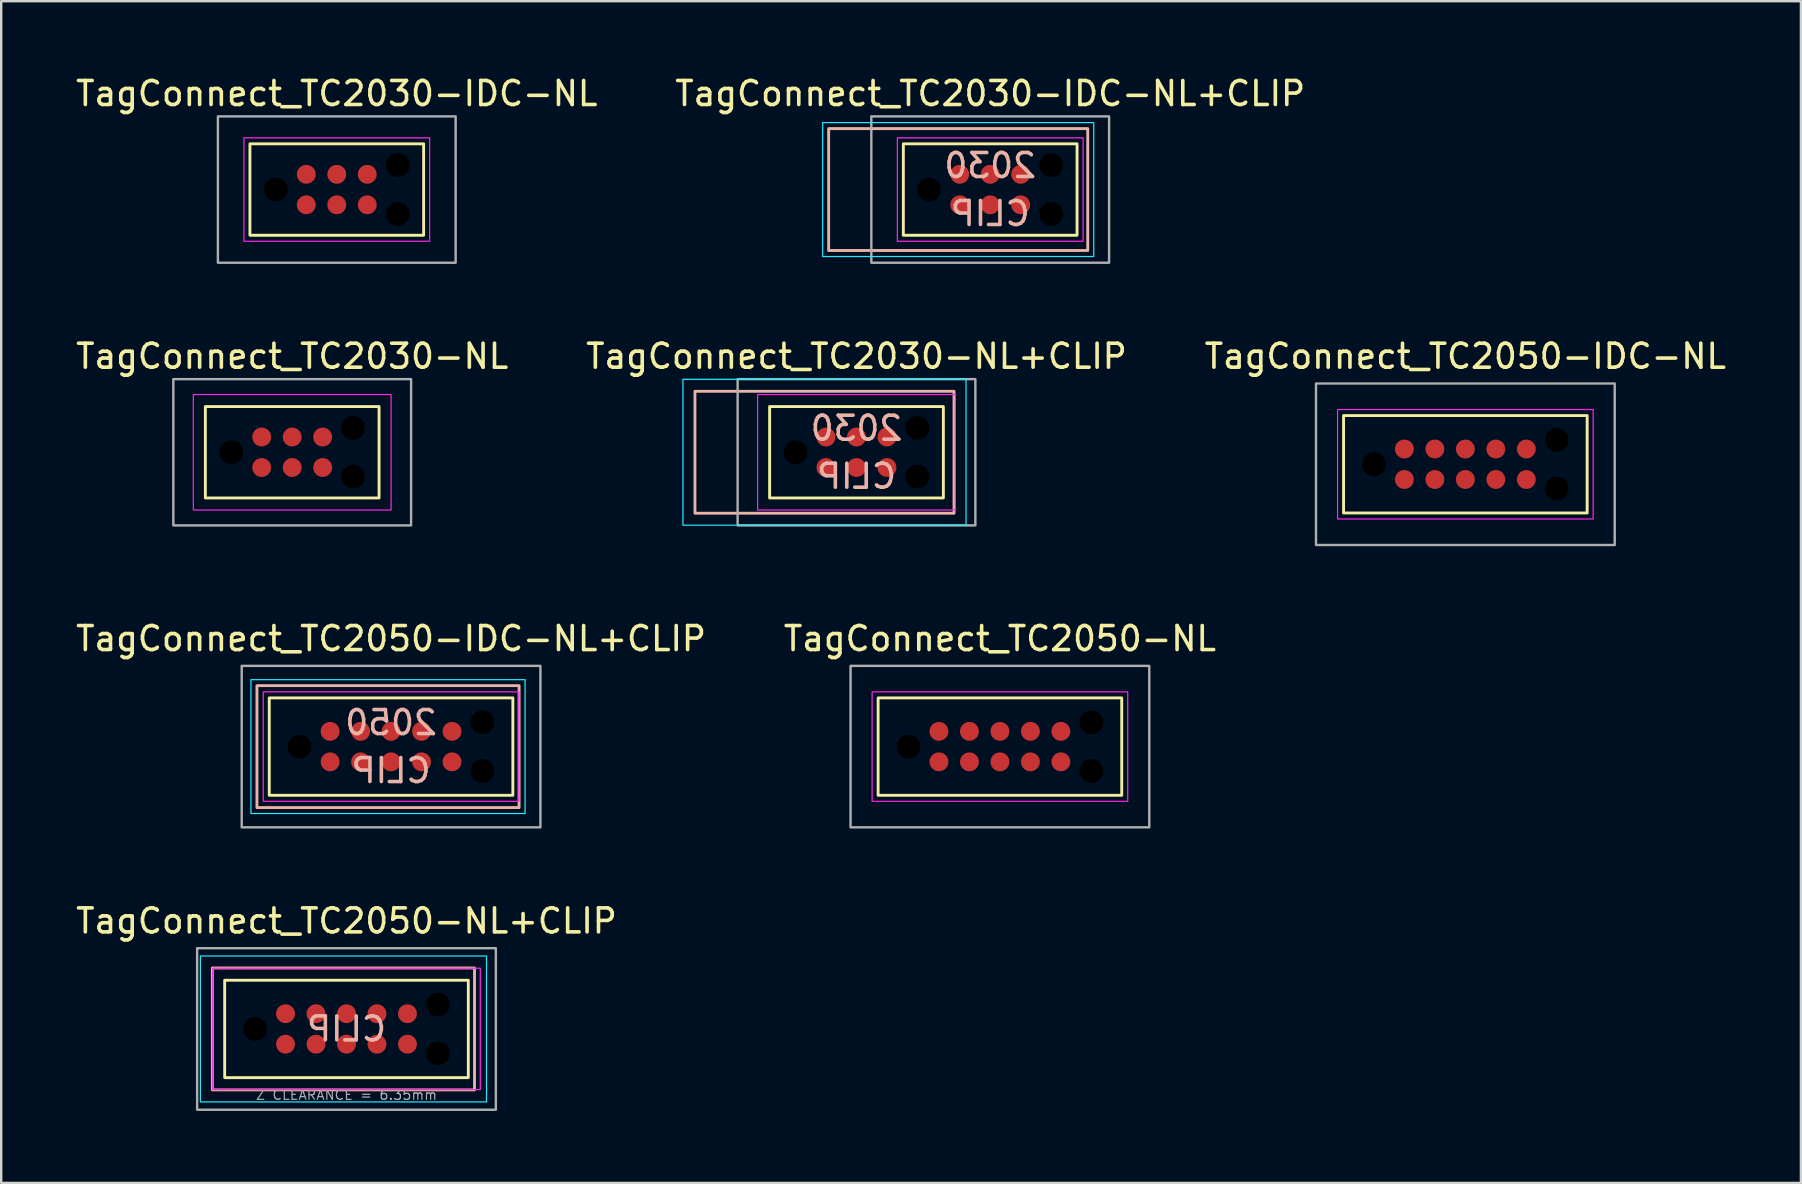
<source format=kicad_pcb>
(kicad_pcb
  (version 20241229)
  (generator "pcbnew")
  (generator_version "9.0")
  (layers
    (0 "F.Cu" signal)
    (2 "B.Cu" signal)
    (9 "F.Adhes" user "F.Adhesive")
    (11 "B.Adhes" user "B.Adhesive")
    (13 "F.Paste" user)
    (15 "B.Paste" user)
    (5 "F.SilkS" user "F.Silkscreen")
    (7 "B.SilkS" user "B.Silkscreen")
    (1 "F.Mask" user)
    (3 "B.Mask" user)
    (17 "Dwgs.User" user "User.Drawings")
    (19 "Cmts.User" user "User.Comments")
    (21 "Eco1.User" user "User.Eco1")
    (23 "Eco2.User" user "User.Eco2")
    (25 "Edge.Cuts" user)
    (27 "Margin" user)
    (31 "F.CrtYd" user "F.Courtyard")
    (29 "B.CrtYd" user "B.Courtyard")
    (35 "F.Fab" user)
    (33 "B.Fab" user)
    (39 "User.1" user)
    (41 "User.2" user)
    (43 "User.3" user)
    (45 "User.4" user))
  (footprint "TagConnect_TC2030-NL+CLIP"
    (layer "F.Cu")
    (at 32.637 15.794)
    (property "Reference" "TagConnect_TC2030-NL+CLIP" (at 0 -4 0) (unlocked yes) (layer "F.SilkS") (effects (font (size 1 1) (thickness 0.15))))
    (attr exclude_from_pos_files exclude_from_bom)
    (fp_rect (start -3.619 -1.905) (end 3.619 1.905) (stroke (width 0.12) (type solid)) (fill no) (layer "F.SilkS"))
    (fp_rect (start -6.731 -2.54) (end 4.064 2.54) (stroke (width 0.12) (type solid)) (fill no) (layer "B.SilkS"))
    (fp_rect (start -7.231 -3.04) (end 4.564 3.04) (stroke (width 0.05) (type solid)) (fill no) (layer "B.CrtYd"))
    (fp_rect (start -4.12 -2.405) (end 4.12 2.405) (stroke (width 0.05) (type solid)) (fill no) (layer "F.CrtYd"))
    (fp_rect (start -4.953 -3.048) (end 4.953 3.048) (stroke (width 0.1) (type solid)) (fill no) (layer "F.Fab"))
    (fp_text user "2030" (at 0 -1 0) (unlocked yes) (layer "B.SilkS") (effects (font (size 1 1) (thickness 0.15)) (justify mirror)))
    (fp_text user "CLIP" (at 0 1 0) (unlocked yes) (layer "B.SilkS") (effects (font (size 1 1) (thickness 0.15)) (justify mirror)))
    (fp_text user "Z CLEARANCE = 6mm" (at 0 2.54 0) (unlocked yes) (layer "Edge.Cuts") (effects (font (size 0.4 0.4) (thickness 0.05))))
    (pad "" np_thru_hole circle (at -2.54 0) (size 0.991 0.991) (drill 0.991) (layers "*.Mask"))
    (pad "" np_thru_hole circle (at 2.54 -1.015) (size 0.991 0.991) (drill 0.991) (layers "*.Mask"))
    (pad "" np_thru_hole circle (at 2.54 1.015) (size 0.991 0.991) (drill 0.991) (layers "*.Mask"))
    (pad "1" connect circle (at -1.27 0.635) (size 0.787 0.787) (layers "F.Cu" "F.Mask"))
    (pad "2" connect circle (at 0 0.635) (size 0.787 0.787) (layers "F.Cu" "F.Mask"))
    (pad "3" connect circle (at 1.27 0.635) (size 0.787 0.787) (layers "F.Cu" "F.Mask"))
    (pad "4" connect circle (at 1.27 -0.635) (size 0.787 0.787) (layers "F.Cu" "F.Mask"))
    (pad "5" connect circle (at 0 -0.635) (size 0.787 0.787) (layers "F.Cu" "F.Mask"))
    (pad "6" connect circle (at -1.27 -0.635) (size 0.787 0.787) (layers "F.Cu" "F.Mask"))
    (zone (net_name "") (layer "F.Cu") (hatch edge 0.508) (connect_pads) (min_thickness 0.254) (filled_areas_thickness no) (keepout (tracks allowed) (vias not_allowed) (pads not_allowed) (copperpour allowed) (footprints allowed)) (placement (enabled no)) (fill) (polygon (pts (xy 33.907 16.43) (xy 31.367 16.43) (xy 31.367 15.159) (xy 33.907 15.159)))))
  (footprint "TagConnect_TC2050-NL+CLIP"
    (layer "F.Cu")
    (at 11.387 39.822)
    (property "Reference" "TagConnect_TC2050-NL+CLIP" (at 0 -4.5 0) (unlocked yes) (layer "F.SilkS") (effects (font (size 1 1) (thickness 0.15))))
    (attr exclude_from_pos_files exclude_from_bom)
    (fp_rect (start -5.075 -2.03) (end 5.075 2.03) (stroke (width 0.12) (type solid)) (fill no) (layer "F.SilkS"))
    (fp_rect (start -5.588 -2.54) (end 5.334 2.54) (stroke (width 0.12) (type solid)) (fill no) (layer "B.SilkS"))
    (fp_rect (start -6.088 -3.04) (end 5.834 3.04) (stroke (width 0.05) (type solid)) (fill no) (layer "B.CrtYd"))
    (fp_rect (start -5.575 -2.53) (end 5.575 2.53) (stroke (width 0.05) (type solid)) (fill no) (layer "F.CrtYd"))
    (fp_rect (start -6.223 -3.365) (end 6.223 3.365) (stroke (width 0.1) (type solid)) (fill no) (layer "F.Fab"))
    (fp_text user "CLIP" (at 0 0 0) (unlocked yes) (layer "B.SilkS") (effects (font (size 1 1) (thickness 0.15)) (justify mirror)))
    (fp_text user "Z CLEARANCE = 6.35mm" (at 0 2.75 0) (unlocked yes) (layer "F.Fab") (effects (font (size 0.4 0.4) (thickness 0.05))))
    (pad "" np_thru_hole circle (at -3.81 0) (size 0.991 0.991) (drill 0.991) (layers "*.Mask"))
    (pad "" np_thru_hole circle (at 3.81 -1.015) (size 0.991 0.991) (drill 0.991) (layers "*.Mask"))
    (pad "" np_thru_hole circle (at 3.81 1.015) (size 0.991 0.991) (drill 0.991) (layers "*.Mask"))
    (pad "1" connect circle (at -2.54 0.635) (size 0.787 0.787) (layers "F.Cu" "F.Mask"))
    (pad "2" connect circle (at -1.27 0.635) (size 0.787 0.787) (layers "F.Cu" "F.Mask"))
    (pad "3" connect circle (at 0 0.635) (size 0.787 0.787) (layers "F.Cu" "F.Mask"))
    (pad "4" connect circle (at 1.27 0.635) (size 0.787 0.787) (layers "F.Cu" "F.Mask"))
    (pad "5" connect circle (at 2.54 0.635) (size 0.787 0.787) (layers "F.Cu" "F.Mask"))
    (pad "6" connect circle (at 2.54 -0.635) (size 0.787 0.787) (layers "F.Cu" "F.Mask"))
    (pad "7" connect circle (at 1.27 -0.635) (size 0.787 0.787) (layers "F.Cu" "F.Mask"))
    (pad "8" connect circle (at 0 -0.635) (size 0.787 0.787) (layers "F.Cu" "F.Mask"))
    (pad "9" connect circle (at -1.27 -0.635) (size 0.787 0.787) (layers "F.Cu" "F.Mask"))
    (pad "10" connect circle (at -2.54 -0.635) (size 0.787 0.787) (layers "F.Cu" "F.Mask"))
    (zone (net_name "") (layer "F.Cu") (hatch edge 0.508) (connect_pads) (min_thickness 0.254) (filled_areas_thickness no) (keepout (tracks allowed) (vias not_allowed) (pads not_allowed) (copperpour allowed) (footprints allowed)) (placement (enabled no)) (fill) (polygon (pts (xy 13.927 40.457) (xy 8.847 40.457) (xy 8.847 39.187) (xy 13.927 39.187)))))
  (footprint "TagConnect_TC2050-NL"
    (layer "F.Cu")
    (at 38.613 28.058)
    (property "Reference" "TagConnect_TC2050-NL" (at 0 -4.5 0) (unlocked yes) (layer "F.SilkS") (effects (font (size 1 1) (thickness 0.15))))
    (attr exclude_from_pos_files exclude_from_bom)
    (fp_rect (start -5.075 -2.03) (end 5.075 2.03) (stroke (width 0.12) (type solid)) (fill no) (layer "F.SilkS"))
    (fp_rect (start -5.325 -2.28) (end 5.325 2.28) (stroke (width 0.05) (type solid)) (fill no) (layer "F.CrtYd"))
    (fp_rect (start -6.223 -3.365) (end 6.223 3.365) (stroke (width 0.1) (type solid)) (fill no) (layer "F.Fab"))
    (fp_text user "Z CLEARANCE = 6.35mm" (at 0 2.75 0) (unlocked yes) (layer "Edge.Cuts") (effects (font (size 0.4 0.4) (thickness 0.05))))
    (pad "" np_thru_hole circle (at -3.81 0) (size 0.991 0.991) (drill 0.991) (layers "*.Mask"))
    (pad "" np_thru_hole circle (at 3.81 -1.015) (size 0.991 0.991) (drill 0.991) (layers "*.Mask"))
    (pad "" np_thru_hole circle (at 3.81 1.015) (size 0.991 0.991) (drill 0.991) (layers "*.Mask"))
    (pad "1" connect circle (at -2.54 0.635) (size 0.787 0.787) (layers "F.Cu" "F.Mask"))
    (pad "2" connect circle (at -1.27 0.635) (size 0.787 0.787) (layers "F.Cu" "F.Mask"))
    (pad "3" connect circle (at 0 0.635) (size 0.787 0.787) (layers "F.Cu" "F.Mask"))
    (pad "4" connect circle (at 1.27 0.635) (size 0.787 0.787) (layers "F.Cu" "F.Mask"))
    (pad "5" connect circle (at 2.54 0.635) (size 0.787 0.787) (layers "F.Cu" "F.Mask"))
    (pad "6" connect circle (at 2.54 -0.635) (size 0.787 0.787) (layers "F.Cu" "F.Mask"))
    (pad "7" connect circle (at 1.27 -0.635) (size 0.787 0.787) (layers "F.Cu" "F.Mask"))
    (pad "8" connect circle (at 0 -0.635) (size 0.787 0.787) (layers "F.Cu" "F.Mask"))
    (pad "9" connect circle (at -1.27 -0.635) (size 0.787 0.787) (layers "F.Cu" "F.Mask"))
    (pad "10" connect circle (at -2.54 -0.635) (size 0.787 0.787) (layers "F.Cu" "F.Mask"))
    (zone (net_name "") (layer "F.Cu") (hatch edge 0.508) (connect_pads) (min_thickness 0.254) (filled_areas_thickness no) (keepout (tracks not_allowed) (vias not_allowed) (pads not_allowed) (copperpour allowed) (footprints allowed)) (placement (enabled no)) (fill) (polygon (pts (xy 41.153 28.693) (xy 36.073 28.693) (xy 36.073 27.423) (xy 41.153 27.423)))))
  (footprint "TagConnect_TC2050-IDC-NL"
    (layer "F.Cu")
    (at 58.006 16.294)
    (property "Reference" "TagConnect_TC2050-IDC-NL" (at 0 -4.5 0) (unlocked yes) (layer "F.SilkS") (effects (font (size 1 1) (thickness 0.15))))
    (attr exclude_from_pos_files exclude_from_bom)
    (fp_rect (start -5.075 -2.03) (end 5.075 2.03) (stroke (width 0.12) (type solid)) (fill no) (layer "F.SilkS"))
    (fp_rect (start -5.325 -2.28) (end 5.325 2.28) (stroke (width 0.05) (type solid)) (fill no) (layer "F.CrtYd"))
    (fp_rect (start -6.223 -3.365) (end 6.223 3.365) (stroke (width 0.1) (type solid)) (fill no) (layer "F.Fab"))
    (fp_text user "Z CLEARANCE = 6.35mm" (at 0 2.75 0) (unlocked yes) (layer "Edge.Cuts") (effects (font (size 0.4 0.4) (thickness 0.05))))
    (pad "" np_thru_hole circle (at -3.81 0) (size 0.991 0.991) (drill 0.991) (layers "*.Mask"))
    (pad "" np_thru_hole circle (at 3.81 -1.015) (size 0.991 0.991) (drill 0.991) (layers "*.Mask"))
    (pad "" np_thru_hole circle (at 3.81 1.015) (size 0.991 0.991) (drill 0.991) (layers "*.Mask"))
    (pad "1" connect circle (at -2.54 0.635) (size 0.787 0.787) (layers "F.Cu" "F.Mask"))
    (pad "2" connect circle (at -1.27 0.635) (size 0.787 0.787) (layers "F.Cu" "F.Mask"))
    (pad "3" connect circle (at 0 0.635) (size 0.787 0.787) (layers "F.Cu" "F.Mask"))
    (pad "4" connect circle (at 1.27 0.635) (size 0.787 0.787) (layers "F.Cu" "F.Mask"))
    (pad "5" connect circle (at 2.54 0.635) (size 0.787 0.787) (layers "F.Cu" "F.Mask"))
    (pad "6" connect circle (at 2.54 -0.635) (size 0.787 0.787) (layers "F.Cu" "F.Mask"))
    (pad "7" connect circle (at 1.27 -0.635) (size 0.787 0.787) (layers "F.Cu" "F.Mask"))
    (pad "8" connect circle (at 0 -0.635) (size 0.787 0.787) (layers "F.Cu" "F.Mask"))
    (pad "9" connect circle (at -1.27 -0.635) (size 0.787 0.787) (layers "F.Cu" "F.Mask"))
    (pad "10" connect circle (at -2.54 -0.635) (size 0.787 0.787) (layers "F.Cu" "F.Mask"))
    (zone (net_name "") (layer "F.Cu") (hatch edge 0.508) (connect_pads) (min_thickness 0.254) (filled_areas_thickness no) (keepout (tracks not_allowed) (vias not_allowed) (pads not_allowed) (copperpour allowed) (footprints allowed)) (placement (enabled no)) (fill) (polygon (pts (xy 60.546 16.93) (xy 55.466 16.93) (xy 55.466 15.659) (xy 60.546 15.659)))))
  (footprint "TagConnect_TC2030-NL"
    (layer "F.Cu")
    (at 9.125 15.794)
    (property "Reference" "TagConnect_TC2030-NL" (at 0 -4 0) (unlocked yes) (layer "F.SilkS") (effects (font (size 1 1) (thickness 0.15))))
    (attr exclude_from_pos_files exclude_from_bom)
    (fp_rect (start -3.619 -1.905) (end 3.619 1.905) (stroke (width 0.12) (type solid)) (fill no) (layer "F.SilkS"))
    (fp_rect (start -4.12 -2.405) (end 4.12 2.405) (stroke (width 0.05) (type solid)) (fill no) (layer "F.CrtYd"))
    (fp_rect (start -4.953 -3.048) (end 4.953 3.048) (stroke (width 0.1) (type solid)) (fill no) (layer "F.Fab"))
    (fp_text user "Z CLEARANCE = 6mm" (at 0 2.54 0) (unlocked yes) (layer "Edge.Cuts") (effects (font (size 0.4 0.4) (thickness 0.05))))
    (pad "" np_thru_hole circle (at -2.54 0) (size 0.991 0.991) (drill 0.991) (layers "*.Mask"))
    (pad "" np_thru_hole circle (at 2.54 -1.015) (size 0.991 0.991) (drill 0.991) (layers "*.Mask"))
    (pad "" np_thru_hole circle (at 2.54 1.015) (size 0.991 0.991) (drill 0.991) (layers "*.Mask"))
    (pad "1" connect circle (at -1.27 0.635) (size 0.787 0.787) (layers "F.Cu" "F.Mask"))
    (pad "2" connect circle (at 0 0.635) (size 0.787 0.787) (layers "F.Cu" "F.Mask"))
    (pad "3" connect circle (at 1.27 0.635) (size 0.787 0.787) (layers "F.Cu" "F.Mask"))
    (pad "4" connect circle (at 1.27 -0.635) (size 0.787 0.787) (layers "F.Cu" "F.Mask"))
    (pad "5" connect circle (at 0 -0.635) (size 0.787 0.787) (layers "F.Cu" "F.Mask"))
    (pad "6" connect circle (at -1.27 -0.635) (size 0.787 0.787) (layers "F.Cu" "F.Mask"))
    (zone (net_name "") (layer "F.Cu") (hatch edge 0.508) (connect_pads) (min_thickness 0.254) (filled_areas_thickness no) (keepout (tracks allowed) (vias not_allowed) (pads not_allowed) (copperpour allowed) (footprints not_allowed)) (placement (enabled no)) (fill) (polygon (pts (xy 10.395 16.43) (xy 7.855 16.43) (xy 7.855 15.159) (xy 10.395 15.159)))))
  (footprint "TagConnect_TC2050-IDC-NL+CLIP"
    (layer "F.Cu")
    (at 13.244 28.058)
    (property "Reference" "TagConnect_TC2050-IDC-NL+CLIP" (at 0 -4.5 0) (unlocked yes) (layer "F.SilkS") (effects (font (size 1 1) (thickness 0.15))))
    (attr exclude_from_pos_files exclude_from_bom)
    (fp_rect (start -5.075 -2.03) (end 5.075 2.03) (stroke (width 0.12) (type solid)) (fill no) (layer "F.SilkS"))
    (fp_rect (start -5.588 -2.54) (end 5.334 2.54) (stroke (width 0.12) (type solid)) (fill no) (layer "B.SilkS"))
    (fp_rect (start -5.838 -2.79) (end 5.584 2.79) (stroke (width 0.05) (type solid)) (fill no) (layer "B.CrtYd"))
    (fp_rect (start -5.325 -2.28) (end 5.325 2.28) (stroke (width 0.05) (type solid)) (fill no) (layer "F.CrtYd"))
    (fp_rect (start -6.223 -3.365) (end 6.223 3.365) (stroke (width 0.1) (type solid)) (fill no) (layer "F.Fab"))
    (fp_text user "CLIP" (at 0 1 0) (unlocked yes) (layer "B.SilkS") (effects (font (size 1 1) (thickness 0.15)) (justify mirror)))
    (fp_text user "2050" (at 0 -1 0) (unlocked yes) (layer "B.SilkS") (effects (font (size 1 1) (thickness 0.15)) (justify mirror)))
    (fp_text user "Z CLEARANCE = 6.35mm" (at 0 2.75 0) (unlocked yes) (layer "Edge.Cuts") (effects (font (size 0.4 0.4) (thickness 0.05))))
    (pad "" np_thru_hole circle (at -3.81 0) (size 0.991 0.991) (drill 0.991) (layers "*.Mask"))
    (pad "" np_thru_hole circle (at 3.81 -1.015) (size 0.991 0.991) (drill 0.991) (layers "*.Mask"))
    (pad "" np_thru_hole circle (at 3.81 1.015) (size 0.991 0.991) (drill 0.991) (layers "*.Mask"))
    (pad "1" connect circle (at -2.54 0.635) (size 0.787 0.787) (layers "F.Cu" "F.Mask"))
    (pad "2" connect circle (at -1.27 0.635) (size 0.787 0.787) (layers "F.Cu" "F.Mask"))
    (pad "3" connect circle (at 0 0.635) (size 0.787 0.787) (layers "F.Cu" "F.Mask"))
    (pad "4" connect circle (at 1.27 0.635) (size 0.787 0.787) (layers "F.Cu" "F.Mask"))
    (pad "5" connect circle (at 2.54 0.635) (size 0.787 0.787) (layers "F.Cu" "F.Mask"))
    (pad "6" connect circle (at 2.54 -0.635) (size 0.787 0.787) (layers "F.Cu" "F.Mask"))
    (pad "7" connect circle (at 1.27 -0.635) (size 0.787 0.787) (layers "F.Cu" "F.Mask"))
    (pad "8" connect circle (at 0 -0.635) (size 0.787 0.787) (layers "F.Cu" "F.Mask"))
    (pad "9" connect circle (at -1.27 -0.635) (size 0.787 0.787) (layers "F.Cu" "F.Mask"))
    (pad "10" connect circle (at -2.54 -0.635) (size 0.787 0.787) (layers "F.Cu" "F.Mask"))
    (zone (net_name "") (layer "F.Cu") (hatch edge 0.508) (connect_pads) (min_thickness 0.254) (filled_areas_thickness no) (keepout (tracks not_allowed) (vias not_allowed) (pads not_allowed) (copperpour allowed) (footprints allowed)) (placement (enabled no)) (fill) (polygon (pts (xy 15.784 28.693) (xy 10.704 28.693) (xy 10.704 27.423) (xy 15.784 27.423)))))
  (footprint "TagConnect_TC2030-IDC-NL"
    (layer "F.Cu")
    (at 10.982 4.848)
    (property "Reference" "TagConnect_TC2030-IDC-NL" (at 0 -4 0) (unlocked yes) (layer "F.SilkS") (effects (font (size 1 1) (thickness 0.15))))
    (attr exclude_from_pos_files exclude_from_bom)
    (fp_rect (start -3.619 -1.905) (end 3.619 1.905) (stroke (width 0.12) (type solid)) (fill no) (layer "F.SilkS"))
    (fp_rect (start -3.869 -2.155) (end 3.869 2.155) (stroke (width 0.05) (type solid)) (fill no) (layer "F.CrtYd"))
    (fp_rect (start -4.953 -3.048) (end 4.953 3.048) (stroke (width 0.1) (type solid)) (fill no) (layer "F.Fab"))
    (fp_text user "Z CLEARANCE = 6mm" (at 0 2.54 0) (unlocked yes) (layer "Edge.Cuts") (effects (font (size 0.4 0.4) (thickness 0.05))))
    (pad "" np_thru_hole circle (at -2.54 0) (size 0.991 0.991) (drill 0.991) (layers "*.Mask"))
    (pad "" np_thru_hole circle (at 2.54 -1.015) (size 0.991 0.991) (drill 0.991) (layers "*.Mask"))
    (pad "" np_thru_hole circle (at 2.54 1.015) (size 0.991 0.991) (drill 0.991) (layers "*.Mask"))
    (pad "1" connect circle (at -1.27 0.635) (size 0.787 0.787) (layers "F.Cu" "F.Mask"))
    (pad "2" connect circle (at 0 0.635) (size 0.787 0.787) (layers "F.Cu" "F.Mask"))
    (pad "3" connect circle (at 1.27 0.635) (size 0.787 0.787) (layers "F.Cu" "F.Mask"))
    (pad "4" connect circle (at 1.27 -0.635) (size 0.787 0.787) (layers "F.Cu" "F.Mask"))
    (pad "5" connect circle (at 0 -0.635) (size 0.787 0.787) (layers "F.Cu" "F.Mask"))
    (pad "6" connect circle (at -1.27 -0.635) (size 0.787 0.787) (layers "F.Cu" "F.Mask"))
    (zone (net_name "") (layer "F.Cu") (hatch edge 0.508) (connect_pads) (min_thickness 0.254) (filled_areas_thickness no) (keepout (tracks not_allowed) (vias not_allowed) (pads not_allowed) (copperpour allowed) (footprints allowed)) (placement (enabled no)) (fill) (polygon (pts (xy 12.252 5.483) (xy 9.712 5.483) (xy 9.712 4.213) (xy 12.252 4.213)))))
  (footprint "TagConnect_TC2030-IDC-NL+CLIP"
    (layer "F.Cu")
    (at 38.208 4.848)
    (property "Reference" "TagConnect_TC2030-IDC-NL+CLIP" (at 0 -4 0) (unlocked yes) (layer "F.SilkS") (effects (font (size 1 1) (thickness 0.15))))
    (attr exclude_from_pos_files exclude_from_bom)
    (fp_rect (start -3.619 -1.905) (end 3.619 1.905) (stroke (width 0.12) (type solid)) (fill no) (layer "F.SilkS"))
    (fp_rect (start -6.731 -2.54) (end 4.064 2.54) (stroke (width 0.12) (type solid)) (fill no) (layer "B.SilkS"))
    (fp_rect (start -6.981 -2.79) (end 4.314 2.79) (stroke (width 0.05) (type solid)) (fill no) (layer "B.CrtYd"))
    (fp_rect (start -3.869 -2.155) (end 3.869 2.155) (stroke (width 0.05) (type solid)) (fill no) (layer "F.CrtYd"))
    (fp_rect (start -4.953 -3.048) (end 4.953 3.048) (stroke (width 0.1) (type solid)) (fill no) (layer "F.Fab"))
    (fp_text user "CLIP" (at 0 1 0) (unlocked yes) (layer "B.SilkS") (effects (font (size 1 1) (thickness 0.15)) (justify mirror)))
    (fp_text user "2030" (at 0 -1 0) (unlocked yes) (layer "B.SilkS") (effects (font (size 1 1) (thickness 0.15)) (justify mirror)))
    (fp_text user "Z CLEARANCE = 6mm" (at 0 2.54 0) (unlocked yes) (layer "Edge.Cuts") (effects (font (size 0.4 0.4) (thickness 0.05))))
    (pad "" np_thru_hole circle (at -2.54 0) (size 0.991 0.991) (drill 0.991) (layers "*.Mask"))
    (pad "" np_thru_hole circle (at 2.54 -1.015) (size 0.991 0.991) (drill 0.991) (layers "*.Mask"))
    (pad "" np_thru_hole circle (at 2.54 1.015) (size 0.991 0.991) (drill 0.991) (layers "*.Mask"))
    (pad "1" connect circle (at -1.27 0.635) (size 0.787 0.787) (layers "F.Cu" "F.Mask"))
    (pad "2" connect circle (at 0 0.635) (size 0.787 0.787) (layers "F.Cu" "F.Mask"))
    (pad "3" connect circle (at 1.27 0.635) (size 0.787 0.787) (layers "F.Cu" "F.Mask"))
    (pad "4" connect circle (at 1.27 -0.635) (size 0.787 0.787) (layers "F.Cu" "F.Mask"))
    (pad "5" connect circle (at 0 -0.635) (size 0.787 0.787) (layers "F.Cu" "F.Mask"))
    (pad "6" connect circle (at -1.27 -0.635) (size 0.787 0.787) (layers "F.Cu" "F.Mask"))
    (zone (net_name "") (layer "F.Cu") (hatch edge 0.508) (connect_pads) (min_thickness 0.254) (filled_areas_thickness no) (keepout (tracks not_allowed) (vias not_allowed) (pads not_allowed) (copperpour allowed) (footprints allowed)) (placement (enabled no)) (fill) (polygon (pts (xy 39.478 5.483) (xy 36.938 5.483) (xy 36.938 4.213) (xy 39.478 4.213)))))
  (gr_rect
    (start -3 -3)
    (end 71.988 46.237)
    (stroke (width 0.1) (type default))
    (fill no)
    (layer "Edge.Cuts")))
</source>
